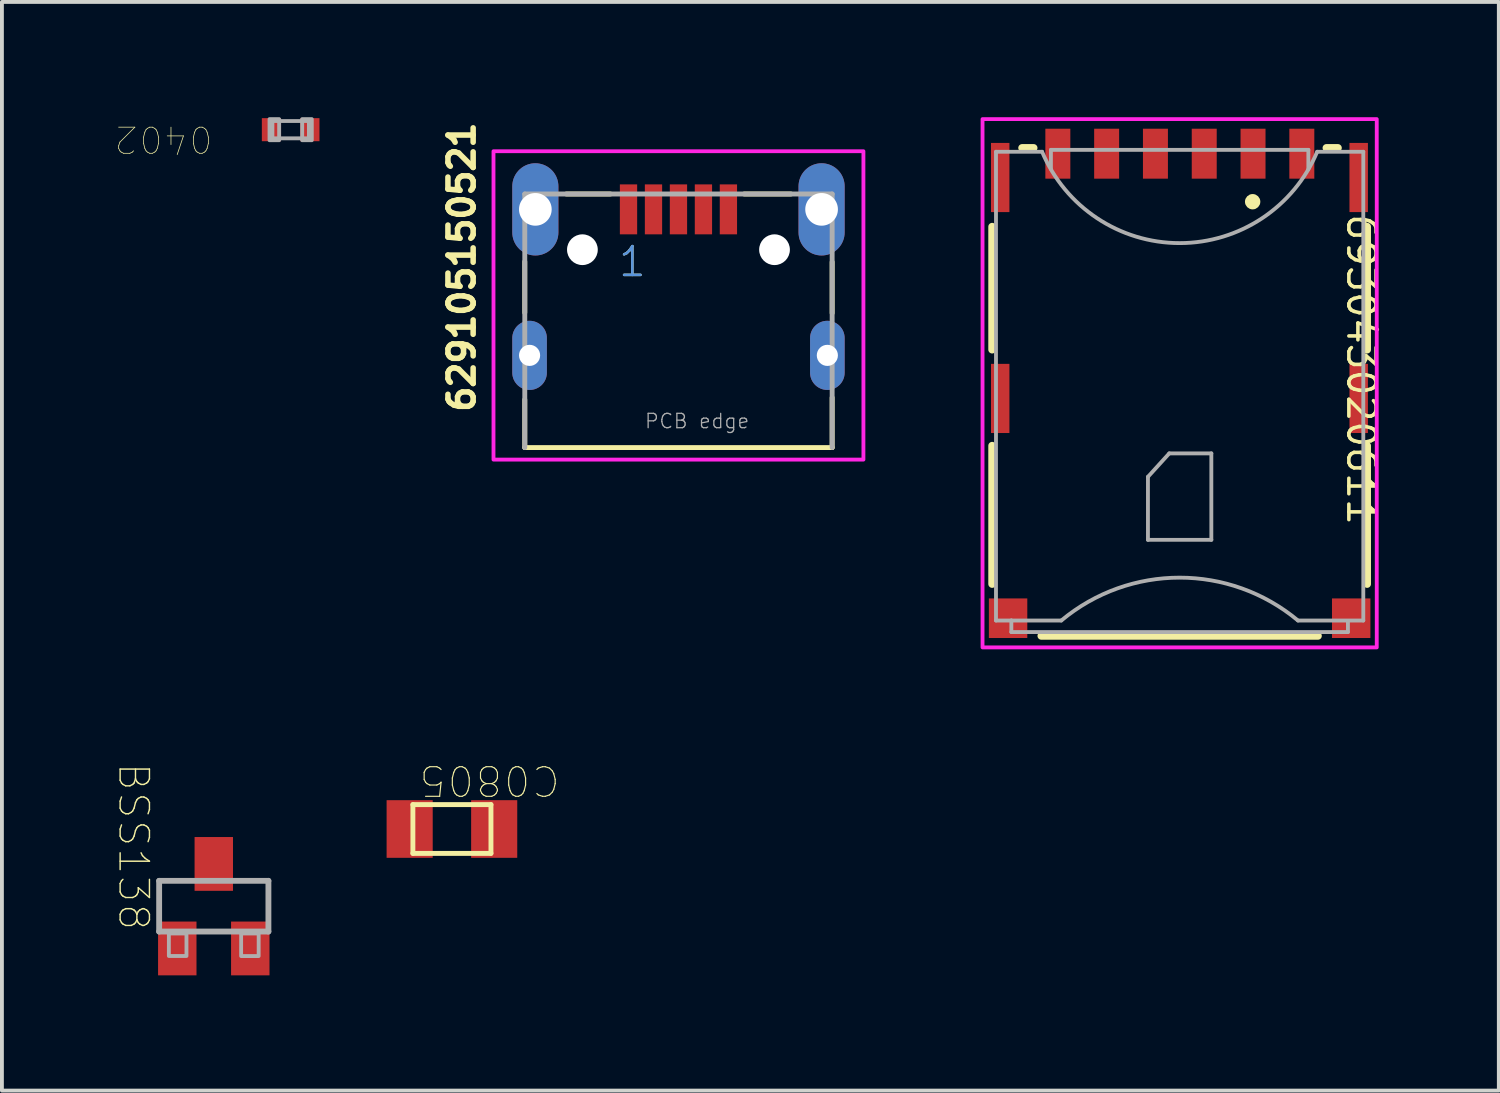
<source format=kicad_pcb>
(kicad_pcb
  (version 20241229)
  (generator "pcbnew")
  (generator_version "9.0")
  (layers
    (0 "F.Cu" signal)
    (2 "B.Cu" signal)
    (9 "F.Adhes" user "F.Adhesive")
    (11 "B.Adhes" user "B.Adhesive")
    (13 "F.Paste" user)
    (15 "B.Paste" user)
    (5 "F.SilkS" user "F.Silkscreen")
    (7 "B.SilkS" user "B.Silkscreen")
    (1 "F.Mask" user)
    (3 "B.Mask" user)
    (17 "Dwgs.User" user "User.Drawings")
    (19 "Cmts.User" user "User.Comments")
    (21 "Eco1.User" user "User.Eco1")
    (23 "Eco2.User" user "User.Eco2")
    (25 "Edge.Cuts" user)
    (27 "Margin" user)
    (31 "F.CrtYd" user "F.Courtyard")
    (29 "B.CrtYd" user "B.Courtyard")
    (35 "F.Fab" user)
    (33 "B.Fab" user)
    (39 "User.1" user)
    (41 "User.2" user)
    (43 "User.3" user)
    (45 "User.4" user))
  (footprint "693043020611"
    (layer "F.Cu")
    (at 27.652 7.15)
    (property "Reference" "693043020611" (at 5.14 3.52 270) (unlocked yes) (layer "F.SilkS") (effects (font (size 0.707 0.707) (thickness 0.093)) (justify right top)))
    (fp_line (start -4.88 -4.3) (end -4.88 -1.1) (stroke (width 0.2) (type solid)) (layer "F.SilkS"))
    (fp_line (start -4.88 1.4) (end -4.88 5) (stroke (width 0.2) (type solid)) (layer "F.SilkS"))
    (fp_line (start -4.1 -6.35) (end -3.8 -6.35) (stroke (width 0.2) (type solid)) (layer "F.SilkS"))
    (fp_line (start -3.6 6.35) (end 3.6 6.35) (stroke (width 0.2) (type solid)) (layer "F.SilkS"))
    (fp_line (start 3.82 -6.35) (end 4.12 -6.35) (stroke (width 0.2) (type solid)) (layer "F.SilkS"))
    (fp_line (start 4.88 -1.1) (end 4.88 -4.3) (stroke (width 0.2) (type solid)) (layer "F.SilkS"))
    (fp_line (start 4.88 5) (end 4.88 1.4) (stroke (width 0.2) (type solid)) (layer "F.SilkS"))
    (fp_circle (center 1.9 -4.95) (end 2 -4.95) (stroke (width 0.2) (type solid)) (fill no) (layer "F.SilkS"))
    (fp_poly (pts (xy 5.13 6.65) (xy -5.13 6.65) (xy -5.13 -7.1) (xy 5.13 -7.1)) (stroke (width 0.1) (type default)) (fill no) (layer "F.CrtYd"))
    (fp_line (start -4.78 -6.25) (end -3.58 -6.25) (stroke (width 0.1) (type solid)) (layer "F.Fab"))
    (fp_line (start -4.78 5.95) (end -4.78 -6.25) (stroke (width 0.1) (type solid)) (layer "F.Fab"))
    (fp_line (start -4.78 5.95) (end -4.38 5.95) (stroke (width 0.1) (type solid)) (layer "F.Fab"))
    (fp_line (start -4.38 5.95) (end -4.38 6.25) (stroke (width 0.1) (type solid)) (layer "F.Fab"))
    (fp_line (start -4.38 5.95) (end -3.08 5.95) (stroke (width 0.1) (type solid)) (layer "F.Fab"))
    (fp_line (start -3.35 -6.3) (end 3.35 -6.3) (stroke (width 0.1) (type solid)) (layer "F.Fab"))
    (fp_line (start -3.35 -5.8) (end -3.35 -6.3) (stroke (width 0.1) (type solid)) (layer "F.Fab"))
    (fp_line (start -0.825 2.21) (end -0.825 3.85) (stroke (width 0.1) (type solid)) (layer "F.Fab"))
    (fp_line (start -0.825 3.85) (end 0.825 3.85) (stroke (width 0.1) (type solid)) (layer "F.Fab"))
    (fp_line (start -0.27 1.6) (end -0.825 2.21) (stroke (width 0.1) (type solid)) (layer "F.Fab"))
    (fp_line (start 0.825 1.6) (end -0.27 1.6) (stroke (width 0.1) (type solid)) (layer "F.Fab"))
    (fp_line (start 0.825 3.85) (end 0.825 1.6) (stroke (width 0.1) (type solid)) (layer "F.Fab"))
    (fp_line (start 3.35 -6.3) (end 3.35 -5.79) (stroke (width 0.1) (type solid)) (layer "F.Fab"))
    (fp_line (start 4.38 5.96) (end 4.38 6.25) (stroke (width 0.1) (type solid)) (layer "F.Fab"))
    (fp_line (start 4.38 6.25) (end -4.38 6.25) (stroke (width 0.1) (type solid)) (layer "F.Fab"))
    (fp_line (start 4.78 -6.25) (end 3.58 -6.25) (stroke (width 0.1) (type solid)) (layer "F.Fab"))
    (fp_line (start 4.78 -6.25) (end 4.78 5.95) (stroke (width 0.1) (type solid)) (layer "F.Fab"))
    (fp_line (start 4.78 5.95) (end 3.08 5.95) (stroke (width 0.1) (type solid)) (layer "F.Fab"))
    (fp_arc (start -3.08 5.95) (mid 0 4.83397) (end 3.08 5.95) (stroke (width 0.1) (type solid)) (layer "F.Fab"))
    (fp_arc (start 3.58 -6.249999) (mid 0 -3.872805) (end -3.58 -6.25) (stroke (width 0.1) (type solid)) (layer "F.Fab"))
    (pad "C1" smd rect (at 1.91 -6.2 180) (size 0.65 1.3) (layers "F.Cu" "F.Mask" "F.Paste"))
    (pad "C2" smd rect (at -0.63 -6.2 180) (size 0.65 1.3) (layers "F.Cu" "F.Mask" "F.Paste"))
    (pad "C3" smd rect (at -1.9 -6.2 180) (size 0.65 1.3) (layers "F.Cu" "F.Mask" "F.Paste"))
    (pad "C5" smd rect (at 3.18 -6.2 180) (size 0.65 1.3) (layers "F.Cu" "F.Mask" "F.Paste"))
    (pad "C6" smd rect (at 0.64 -6.2 180) (size 0.65 1.3) (layers "F.Cu" "F.Mask" "F.Paste"))
    (pad "C7" smd rect (at -3.17 -6.2 180) (size 0.65 1.3) (layers "F.Cu" "F.Mask" "F.Paste"))
    (pad "S1" smd rect (at 4.465 5.89 270) (size 1.03 1) (layers "F.Cu" "F.Mask" "F.Paste"))
    (pad "S2" smd rect (at 4.66 0.17 180) (size 0.48 1.8) (layers "F.Cu" "F.Mask" "F.Paste"))
    (pad "S3" smd rect (at 4.66 -5.58 180) (size 0.48 1.8) (layers "F.Cu" "F.Mask" "F.Paste"))
    (pad "S4" smd rect (at -4.67 -5.58 180) (size 0.48 1.8) (layers "F.Cu" "F.Mask" "F.Paste"))
    (pad "S5" smd rect (at -4.67 0.17 180) (size 0.48 1.8) (layers "F.Cu" "F.Mask" "F.Paste"))
    (pad "S6" smd rect (at -4.465 5.89 270) (size 1.03 1) (layers "F.Cu" "F.Mask" "F.Paste")))
  (footprint "0402"
    (layer "F.Cu")
    (at 4.515 0.325)
    (property "Reference" "0402" (at -2 -0.15 180) (unlocked yes) (layer "F.SilkS") (effects (font (size 0.681 0.681) (thickness 0.019)) (justify left bottom)))
    (fp_line (start -0.475 -0.225) (end -0.475 0.225) (stroke (width 0.1) (type solid)) (layer "F.Fab"))
    (fp_line (start -0.475 0.225) (end 0.475 0.225) (stroke (width 0.1) (type solid)) (layer "F.Fab"))
    (fp_line (start 0.475 -0.225) (end -0.475 -0.225) (stroke (width 0.1) (type solid)) (layer "F.Fab"))
    (fp_line (start 0.475 0.225) (end 0.475 -0.225) (stroke (width 0.1) (type solid)) (layer "F.Fab"))
    (fp_poly (pts (xy -0.55 0.275) (xy -0.3 0.275) (xy -0.3 -0.275) (xy -0.55 -0.275)) (stroke (width 0.1) (type default)) (fill no) (layer "F.Fab"))
    (fp_poly (pts (xy 0.3 0.275) (xy 0.55 0.275) (xy 0.55 -0.275) (xy 0.3 -0.275)) (stroke (width 0.1) (type default)) (fill no) (layer "F.Fab"))
    (pad "1" smd rect (at -0.5 0 180) (size 0.5 0.6) (layers "F.Cu" "F.Mask" "F.Paste"))
    (pad "2" smd rect (at 0.5 0 180) (size 0.5 0.6) (layers "F.Cu" "F.Mask" "F.Paste")))
  (footprint "629105150521"
    (layer "F.Cu")
    (at 14.608 3.449)
    (property "Reference" "629105150521" (at -5.256 0.452 90) (unlocked yes) (layer "F.SilkS") (effects (font (size 0.656 0.656) (thickness 0.144)) (justify bottom)))
    (fp_line (start -4 0.31) (end -4 1.64) (stroke (width 0.127) (type solid)) (layer "F.SilkS"))
    (fp_line (start -4 3.9) (end -4 5.15) (stroke (width 0.127) (type solid)) (layer "F.SilkS"))
    (fp_line (start -4 5.15) (end 4 5.15) (stroke (width 0.127) (type solid)) (layer "F.SilkS"))
    (fp_line (start -2.92 -1.45) (end -1.77 -1.45) (stroke (width 0.127) (type solid)) (layer "F.SilkS"))
    (fp_line (start 1.71 -1.45) (end 2.93 -1.45) (stroke (width 0.127) (type solid)) (layer "F.SilkS"))
    (fp_line (start 4 0.32) (end 4 1.65) (stroke (width 0.127) (type solid)) (layer "F.SilkS"))
    (fp_line (start 4 3.85) (end 4 5.15) (stroke (width 0.127) (type solid)) (layer "F.SilkS"))
    (fp_poly (pts (xy 4.814 5.463) (xy -4.814 5.463) (xy -4.814 -2.563) (xy 4.814 -2.563)) (stroke (width 0.1) (type default)) (fill no) (layer "F.CrtYd"))
    (fp_line (start -4 -1.45) (end 4 -1.45) (stroke (width 0.127) (type solid)) (layer "F.Fab"))
    (fp_line (start -4 5.15) (end -4 -1.45) (stroke (width 0.127) (type solid)) (layer "F.Fab"))
    (fp_line (start 4 5.15) (end 4 -1.45) (stroke (width 0.127) (type solid)) (layer "F.Fab"))
    (fp_text user "1" (at -1.6 0.75 180) (layer "F.SilkS") (effects (font (size 0.748 0.748) (thickness 0.065)) (justify left bottom)))
    (fp_text user "1" (at -1.6 0.75 180) (layer "Cmts.User") (effects (font (size 0.748 0.748) (thickness 0.065)) (justify left bottom)))
    (fp_text user "PCB edge" (at -0.9 4.68 180) (layer "F.Fab") (effects (font (size 0.374 0.374) (thickness 0.033)) (justify left bottom)))
    (pad "" np_thru_hole circle (at -2.5 0 180) (size 0.8 0.8) (drill 0.8) (layers "*.Cu" "*.Mask"))
    (pad "" np_thru_hole circle (at 2.5 0 180) (size 0.8 0.8) (drill 0.8) (layers "*.Cu" "*.Mask"))
    (pad "1" smd rect (at -1.3 -1.05 180) (size 0.45 1.3) (layers "F.Cu" "F.Mask" "F.Paste"))
    (pad "2" smd rect (at -0.65 -1.05 180) (size 0.45 1.3) (layers "F.Cu" "F.Mask" "F.Paste"))
    (pad "3" smd rect (at 0 -1.05 180) (size 0.45 1.3) (layers "F.Cu" "F.Mask" "F.Paste"))
    (pad "4" smd rect (at 0.65 -1.05 180) (size 0.45 1.3) (layers "F.Cu" "F.Mask" "F.Paste"))
    (pad "5" smd rect (at 1.3 -1.05 180) (size 0.45 1.3) (layers "F.Cu" "F.Mask" "F.Paste"))
    (pad "SHELL" thru_hole oval (at -3.725 -1.05 270) (size 2.4 1.2) (drill 0.85) (layers "*.Cu" "*.Mask"))
    (pad "SHELL1" thru_hole oval (at 3.725 -1.05 270) (size 2.4 1.2) (drill 0.85) (layers "*.Cu" "*.Mask"))
    (pad "SHELL2" thru_hole oval (at -3.875 2.75 270) (size 1.8 0.9) (drill 0.55) (layers "*.Cu" "*.Mask"))
    (pad "SHELL3" thru_hole oval (at 3.875 2.75 270) (size 1.8 0.9) (drill 0.55) (layers "*.Cu" "*.Mask")))
  (footprint "C0805"
    (layer "F.Cu")
    (at 8.712 18.526)
    (property "Reference" "C0805" (at -0.889 -0.816 180) (unlocked yes) (layer "F.SilkS") (effects (font (size 0.77 0.77) (thickness 0.03)) (justify right top)))
    (fp_line (start -1.016 -0.635) (end -1.016 0.635) (stroke (width 0.127) (type solid)) (layer "F.SilkS"))
    (fp_line (start -1.016 0.635) (end 1.016 0.635) (stroke (width 0.127) (type solid)) (layer "F.SilkS"))
    (fp_line (start 1.016 -0.635) (end -1.016 -0.635) (stroke (width 0.127) (type solid)) (layer "F.SilkS"))
    (fp_line (start 1.016 0.635) (end 1.016 -0.635) (stroke (width 0.127) (type solid)) (layer "F.SilkS"))
    (pad "P$1" smd rect (at -1.1 0 90) (size 1.5 1.2) (layers "F.Cu" "F.Mask" "F.Paste"))
    (pad "P$2" smd rect (at 1.1 0 90) (size 1.5 1.2) (layers "F.Cu" "F.Mask" "F.Paste")))
  (footprint "BSS138"
    (layer "F.Cu")
    (at 2.514 20.535)
    (property "Reference" "BSS138" (at -1.64 0.67 270) (unlocked yes) (layer "F.SilkS") (effects (font (size 0.763 0.763) (thickness 0.037)) (justify right top)))
    (fp_line (start -1.422 -0.66) (end 1.422 -0.66) (stroke (width 0.152) (type solid)) (layer "F.Fab"))
    (fp_line (start -1.422 0.66) (end -1.422 -0.66) (stroke (width 0.152) (type solid)) (layer "F.Fab"))
    (fp_line (start 1.422 -0.66) (end 1.422 0.66) (stroke (width 0.152) (type solid)) (layer "F.Fab"))
    (fp_line (start 1.422 0.66) (end -1.422 0.66) (stroke (width 0.152) (type solid)) (layer "F.Fab"))
    (fp_poly (pts (xy -1.169 1.296) (xy -0.711 1.296) (xy -0.711 0.711) (xy -1.169 0.711)) (stroke (width 0.1) (type default)) (fill no) (layer "F.Fab"))
    (fp_poly (pts (xy 0.712 1.298) (xy 1.168 1.298) (xy 1.168 0.711) (xy 0.712 0.711)) (stroke (width 0.1) (type default)) (fill no) (layer "F.Fab"))
    (pad "D" smd rect (at 0 -1.1) (size 1 1.4) (layers "F.Cu" "F.Mask" "F.Paste"))
    (pad "G" smd rect (at -0.95 1.1) (size 1 1.4) (layers "F.Cu" "F.Mask" "F.Paste"))
    (pad "S" smd rect (at 0.95 1.1) (size 1 1.4) (layers "F.Cu" "F.Mask" "F.Paste")))
  (gr_rect
    (start -3 -3)
    (end 35.959 25.335)
    (stroke (width 0.1) (type default))
    (fill no)
    (layer "Edge.Cuts")))
</source>
